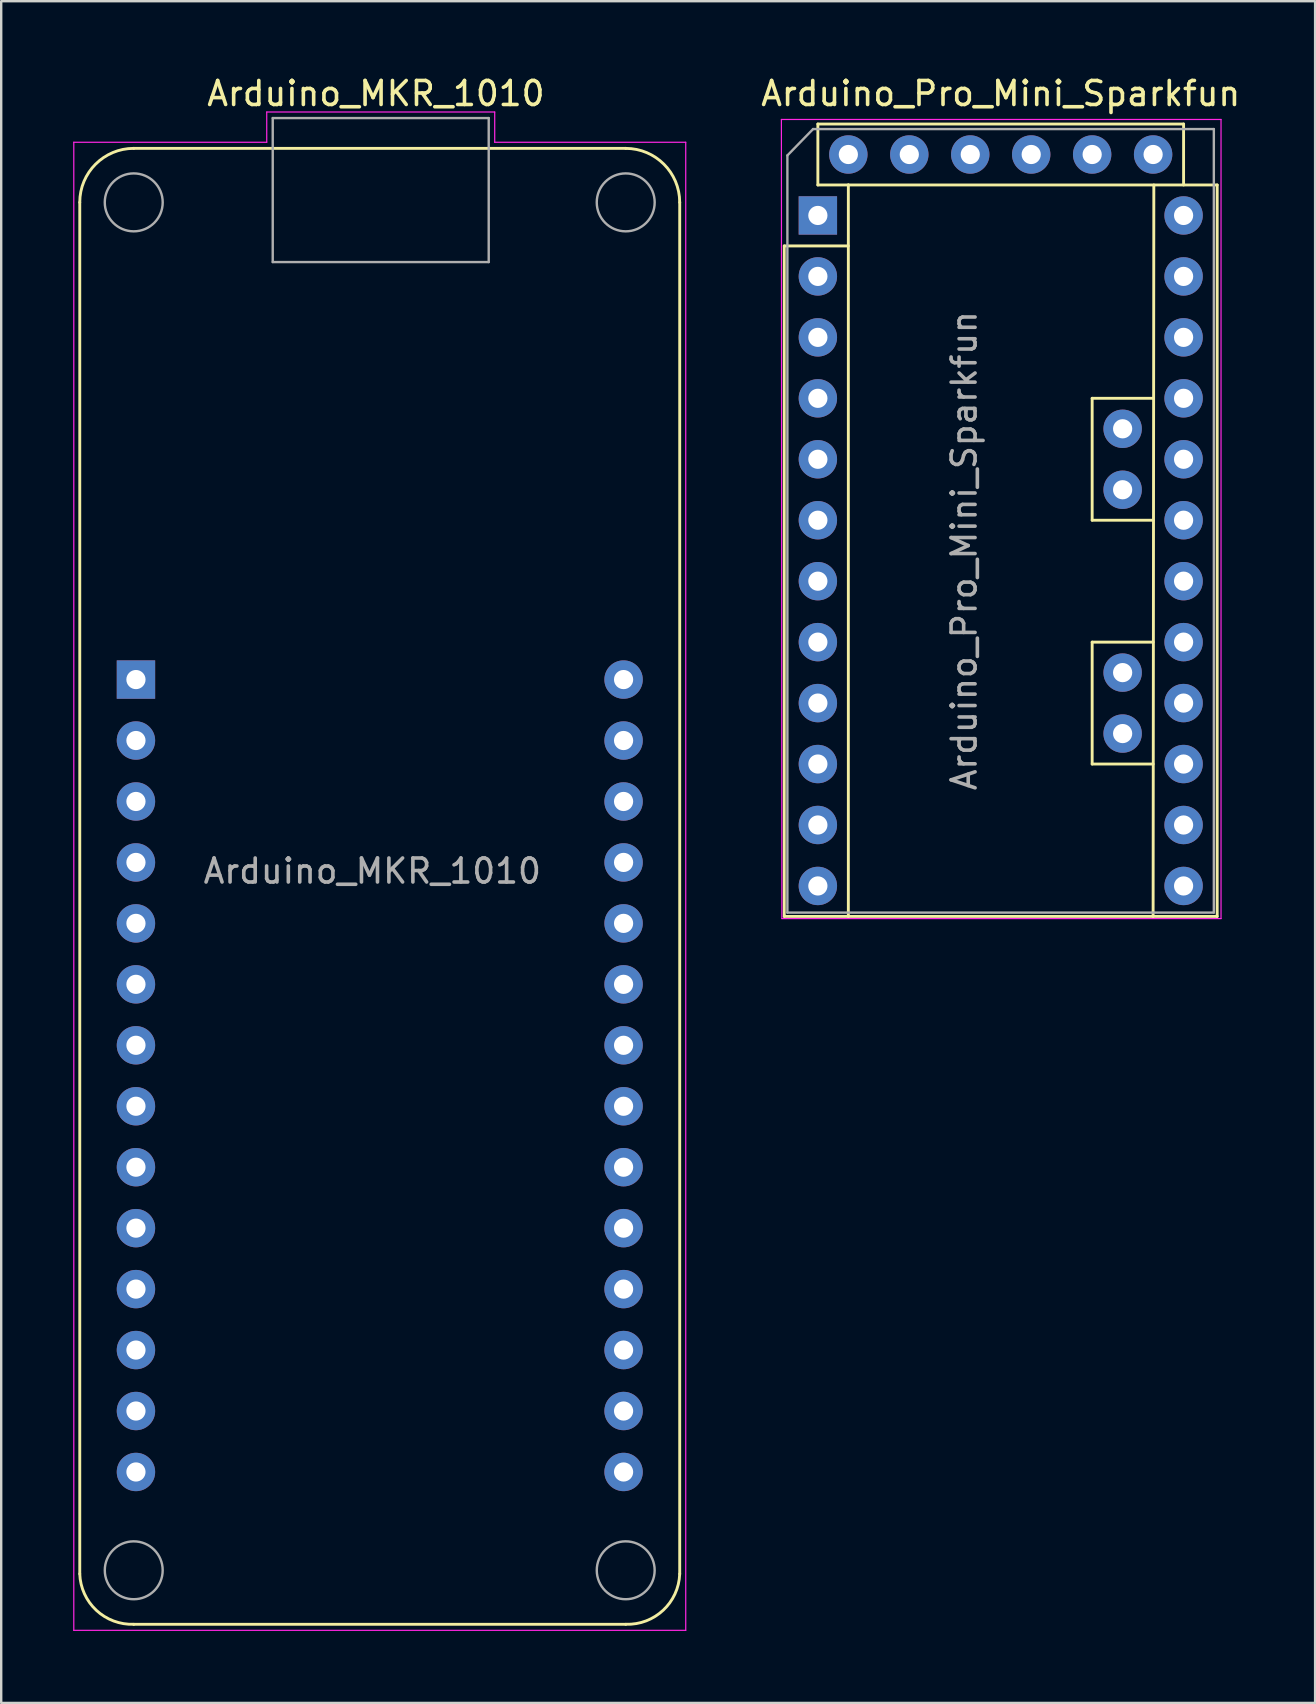
<source format=kicad_pcb>
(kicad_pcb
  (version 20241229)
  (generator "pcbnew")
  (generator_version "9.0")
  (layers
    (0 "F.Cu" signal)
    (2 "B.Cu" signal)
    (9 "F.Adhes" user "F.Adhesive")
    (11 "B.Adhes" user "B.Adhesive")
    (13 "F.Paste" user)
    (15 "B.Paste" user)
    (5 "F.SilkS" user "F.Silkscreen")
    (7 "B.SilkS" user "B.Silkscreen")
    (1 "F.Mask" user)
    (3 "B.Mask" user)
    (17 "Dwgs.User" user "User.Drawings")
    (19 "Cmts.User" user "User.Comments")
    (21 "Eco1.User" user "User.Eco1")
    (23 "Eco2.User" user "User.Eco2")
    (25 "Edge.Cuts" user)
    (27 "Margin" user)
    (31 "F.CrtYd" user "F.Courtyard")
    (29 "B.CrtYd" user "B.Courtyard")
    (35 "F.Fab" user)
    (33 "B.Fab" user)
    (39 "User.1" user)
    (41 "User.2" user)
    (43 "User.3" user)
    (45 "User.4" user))
  (footprint "Arduino_MKR_1010"
    (layer "F.Cu")
    (at 2.615 25.268)
    (property "Reference" "Arduino_MKR_1010" (at 10 -24.42 0) (layer "F.SilkS") (effects (font (size 1 1) (thickness 0.15))))
    (attr through_hole)
    (fp_line (start -2.341 37.266) (end -2.341 -19.885) (stroke (width 0.12) (type solid)) (layer "F.SilkS"))
    (fp_line (start -0.091 -22.136) (end 20.409 -22.135) (stroke (width 0.12) (type solid)) (layer "F.SilkS"))
    (fp_line (start 20.41 39.367) (end -0.091 39.367) (stroke (width 0.12) (type solid)) (layer "F.SilkS"))
    (fp_line (start 22.659 -19.885) (end 22.659 37.267) (stroke (width 0.12) (type solid)) (layer "F.SilkS"))
    (fp_arc (start -2.341421 -19.885427) (mid -1.682265 -21.476779) (end -0.090913 -22.135936) (stroke (width 0.12) (type solid)) (layer "F.SilkS"))
    (fp_arc (start -0.090913 39.366946) (mid -1.651732 38.783262) (end -2.341421 37.266301) (stroke (width 0.12) (type solid)) (layer "F.SilkS"))
    (fp_arc (start 20.408524 -22.134919) (mid 21.999748 -21.475889) (end 22.658777 -19.884665) (stroke (width 0.12) (type solid)) (layer "F.SilkS"))
    (fp_arc (start 22.658777 37.267063) (mid 21.969117 38.782523) (end 20.410047 39.366945) (stroke (width 0.12) (type solid)) (layer "F.SilkS"))
    (fp_line (start -2.59 -22.39) (end 5.45 -22.39) (stroke (width 0.05) (type solid)) (layer "F.CrtYd"))
    (fp_line (start -2.59 39.62) (end -2.59 -22.39) (stroke (width 0.05) (type solid)) (layer "F.CrtYd"))
    (fp_line (start 5.45 -23.65) (end 14.95 -23.65) (stroke (width 0.05) (type solid)) (layer "F.CrtYd"))
    (fp_line (start 5.45 -22.39) (end 5.45 -23.65) (stroke (width 0.05) (type solid)) (layer "F.CrtYd"))
    (fp_line (start 14.95 -23.65) (end 14.95 -22.39) (stroke (width 0.05) (type solid)) (layer "F.CrtYd"))
    (fp_line (start 14.95 -22.39) (end 22.91 -22.39) (stroke (width 0.05) (type solid)) (layer "F.CrtYd"))
    (fp_line (start 22.91 -22.39) (end 22.91 39.62) (stroke (width 0.05) (type solid)) (layer "F.CrtYd"))
    (fp_line (start 22.91 39.62) (end -2.59 39.62) (stroke (width 0.05) (type solid)) (layer "F.CrtYd"))
    (fp_line (start 5.7 -23.398) (end 5.7 -17.398) (stroke (width 0.1) (type solid)) (layer "F.Fab"))
    (fp_line (start 5.7 -17.398) (end 14.7 -17.398) (stroke (width 0.1) (type solid)) (layer "F.Fab"))
    (fp_line (start 14.7 -23.398) (end 5.7 -23.398) (stroke (width 0.1) (type solid)) (layer "F.Fab"))
    (fp_line (start 14.7 -17.398) (end 14.7 -23.398) (stroke (width 0.1) (type solid)) (layer "F.Fab"))
    (fp_circle (center -0.092 -19.885) (end -0.092 -18.678) (stroke (width 0.1) (type solid)) (fill no) (layer "F.Fab"))
    (fp_circle (center -0.092 37.117) (end -0.092 38.323) (stroke (width 0.1) (type solid)) (fill no) (layer "F.Fab"))
    (fp_circle (center 20.409 -19.885) (end 20.409 -18.678) (stroke (width 0.1) (type solid)) (fill no) (layer "F.Fab"))
    (fp_circle (center 20.409 37.117) (end 20.409 38.323) (stroke (width 0.1) (type solid)) (fill no) (layer "F.Fab"))
    (fp_text user "${REFERENCE}" (at 9.85 7.98 0) (layer "F.Fab") (effects (font (size 1 1) (thickness 0.15))))
    (pad "1" thru_hole rect (at 0 0 270) (size 1.6 1.6) (drill 0.8) (layers "*.Cu" "*.Mask"))
    (pad "2" thru_hole circle (at 0 2.54 270) (size 1.6 1.6) (drill 0.8) (layers "*.Cu" "*.Mask"))
    (pad "3" thru_hole circle (at 0 5.08 270) (size 1.6 1.6) (drill 0.8) (layers "*.Cu" "*.Mask"))
    (pad "4" thru_hole circle (at 0 7.62 270) (size 1.6 1.6) (drill 0.8) (layers "*.Cu" "*.Mask"))
    (pad "5" thru_hole circle (at 0 10.16 270) (size 1.6 1.6) (drill 0.8) (layers "*.Cu" "*.Mask"))
    (pad "6" thru_hole circle (at 0 12.7 270) (size 1.6 1.6) (drill 0.8) (layers "*.Cu" "*.Mask"))
    (pad "7" thru_hole circle (at 0 15.24 270) (size 1.6 1.6) (drill 0.8) (layers "*.Cu" "*.Mask"))
    (pad "8" thru_hole circle (at 0 17.78 270) (size 1.6 1.6) (drill 0.8) (layers "*.Cu" "*.Mask"))
    (pad "9" thru_hole circle (at 0 20.32 270) (size 1.6 1.6) (drill 0.8) (layers "*.Cu" "*.Mask"))
    (pad "10" thru_hole circle (at 0 22.86 270) (size 1.6 1.6) (drill 0.8) (layers "*.Cu" "*.Mask"))
    (pad "11" thru_hole circle (at 0 25.4 270) (size 1.6 1.6) (drill 0.8) (layers "*.Cu" "*.Mask"))
    (pad "12" thru_hole circle (at 0 27.94 270) (size 1.6 1.6) (drill 0.8) (layers "*.Cu" "*.Mask"))
    (pad "13" thru_hole circle (at 0 30.48 270) (size 1.6 1.6) (drill 0.8) (layers "*.Cu" "*.Mask"))
    (pad "14" thru_hole circle (at 0 33.02 270) (size 1.6 1.6) (drill 0.8) (layers "*.Cu" "*.Mask"))
    (pad "15" thru_hole circle (at 20.32 33.02 270) (size 1.6 1.6) (drill 0.8) (layers "*.Cu" "*.Mask"))
    (pad "16" thru_hole circle (at 20.32 30.48 270) (size 1.6 1.6) (drill 0.8) (layers "*.Cu" "*.Mask"))
    (pad "17" thru_hole circle (at 20.32 27.94 270) (size 1.6 1.6) (drill 0.8) (layers "*.Cu" "*.Mask"))
    (pad "18" thru_hole circle (at 20.32 25.4 270) (size 1.6 1.6) (drill 0.8) (layers "*.Cu" "*.Mask"))
    (pad "19" thru_hole circle (at 20.32 22.86 270) (size 1.6 1.6) (drill 0.8) (layers "*.Cu" "*.Mask"))
    (pad "20" thru_hole circle (at 20.32 20.32 270) (size 1.6 1.6) (drill 0.8) (layers "*.Cu" "*.Mask"))
    (pad "21" thru_hole circle (at 20.32 17.78 270) (size 1.6 1.6) (drill 0.8) (layers "*.Cu" "*.Mask"))
    (pad "22" thru_hole circle (at 20.32 15.24 270) (size 1.6 1.6) (drill 0.8) (layers "*.Cu" "*.Mask"))
    (pad "23" thru_hole circle (at 20.32 12.7 270) (size 1.6 1.6) (drill 0.8) (layers "*.Cu" "*.Mask"))
    (pad "24" thru_hole circle (at 20.32 10.16 270) (size 1.6 1.6) (drill 0.8) (layers "*.Cu" "*.Mask"))
    (pad "25" thru_hole circle (at 20.32 7.62 270) (size 1.6 1.6) (drill 0.8) (layers "*.Cu" "*.Mask"))
    (pad "26" thru_hole circle (at 20.32 5.08 270) (size 1.6 1.6) (drill 0.8) (layers "*.Cu" "*.Mask"))
    (pad "27" thru_hole circle (at 20.32 2.54 270) (size 1.6 1.6) (drill 0.8) (layers "*.Cu" "*.Mask"))
    (pad "28" thru_hole circle (at 20.32 0) (size 1.6 1.6) (drill 0.8) (layers "*.Cu" "*.Mask")))
  (footprint "Arduino_Pro_Mini_Sparkfun"
    (layer "F.Cu")
    (at 31.031 5.928)
    (property "Reference" "Arduino_Pro_Mini_Sparkfun" (at 7.62 -5.08 0) (layer "F.SilkS") (effects (font (size 1 1) (thickness 0.15))))
    (attr through_hole)
    (fp_line (start -1.4 1.27) (end -1.4 29.21) (stroke (width 0.12) (type solid)) (layer "F.SilkS"))
    (fp_line (start -1.4 29.21) (end 16.64 29.21) (stroke (width 0.12) (type solid)) (layer "F.SilkS"))
    (fp_line (start 0 -3.81) (end 0 -1.27) (stroke (width 0.12) (type solid)) (layer "F.SilkS"))
    (fp_line (start 0 -1.27) (end 1.27 -1.27) (stroke (width 0.12) (type solid)) (layer "F.SilkS"))
    (fp_line (start 1.27 -1.27) (end 1.27 29.21) (stroke (width 0.12) (type solid)) (layer "F.SilkS"))
    (fp_line (start 1.27 1.27) (end -1.4 1.27) (stroke (width 0.12) (type solid)) (layer "F.SilkS"))
    (fp_line (start 11.43 7.62) (end 13.97 7.62) (stroke (width 0.12) (type solid)) (layer "F.SilkS"))
    (fp_line (start 11.43 12.7) (end 11.43 7.62) (stroke (width 0.12) (type solid)) (layer "F.SilkS"))
    (fp_line (start 11.43 17.78) (end 13.97 17.78) (stroke (width 0.12) (type solid)) (layer "F.SilkS"))
    (fp_line (start 11.43 22.86) (end 11.43 17.78) (stroke (width 0.12) (type solid)) (layer "F.SilkS"))
    (fp_line (start 13.97 12.7) (end 11.43 12.7) (stroke (width 0.12) (type solid)) (layer "F.SilkS"))
    (fp_line (start 13.97 22.86) (end 11.43 22.86) (stroke (width 0.12) (type solid)) (layer "F.SilkS"))
    (fp_line (start 14 -1.27) (end 13.97 29.21) (stroke (width 0.12) (type solid)) (layer "F.SilkS"))
    (fp_line (start 15.24 -3.81) (end 0 -3.81) (stroke (width 0.12) (type solid)) (layer "F.SilkS"))
    (fp_line (start 15.24 -1.27) (end 15.24 -3.81) (stroke (width 0.12) (type solid)) (layer "F.SilkS"))
    (fp_line (start 16.64 -1.27) (end 1.27 -1.27) (stroke (width 0.12) (type solid)) (layer "F.SilkS"))
    (fp_line (start 16.64 29.21) (end 16.64 -1.27) (stroke (width 0.12) (type solid)) (layer "F.SilkS"))
    (fp_line (start -1.52 -4) (end -1.5 29.3) (stroke (width 0.05) (type solid)) (layer "F.CrtYd"))
    (fp_line (start -1.52 -4) (end 16.8 -4) (stroke (width 0.05) (type solid)) (layer "F.CrtYd"))
    (fp_line (start 16.8 29.3) (end -1.5 29.3) (stroke (width 0.05) (type solid)) (layer "F.CrtYd"))
    (fp_line (start 16.8 29.3) (end 16.8 -4) (stroke (width 0.05) (type solid)) (layer "F.CrtYd"))
    (fp_line (start -1.27 29.05) (end -1.27 -2.5) (stroke (width 0.1) (type solid)) (layer "F.Fab"))
    (fp_line (start -0.2 -3.6) (end -1.27 -2.5) (stroke (width 0.1) (type solid)) (layer "F.Fab"))
    (fp_line (start -0.2 -3.6) (end 16.5 -3.6) (stroke (width 0.1) (type solid)) (layer "F.Fab"))
    (fp_line (start 16.5 -3.6) (end 16.5 29.05) (stroke (width 0.1) (type solid)) (layer "F.Fab"))
    (fp_line (start 16.5 29.05) (end -1.27 29.05) (stroke (width 0.1) (type solid)) (layer "F.Fab"))
    (fp_text user "${REFERENCE}" (at 6.096 13.97 90) (layer "F.Fab") (effects (font (size 1 1) (thickness 0.15))))
    (pad "1" thru_hole rect (at 0 0) (size 1.6 1.6) (drill 0.8) (layers "*.Cu" "*.Mask"))
    (pad "1" thru_hole oval (at 11.43 -2.54) (size 1.6 1.6) (drill 0.8) (layers "*.Cu" "*.Mask"))
    (pad "2" thru_hole oval (at 0 2.54) (size 1.6 1.6) (drill 0.8) (layers "*.Cu" "*.Mask"))
    (pad "2" thru_hole oval (at 8.89 -2.54) (size 1.6 1.6) (drill 0.8) (layers "*.Cu" "*.Mask"))
    (pad "3" thru_hole oval (at 0 5.08) (size 1.6 1.6) (drill 0.8) (layers "*.Cu" "*.Mask"))
    (pad "4" thru_hole oval (at 0 7.62) (size 1.6 1.6) (drill 0.8) (layers "*.Cu" "*.Mask"))
    (pad "5" thru_hole oval (at 0 10.16) (size 1.6 1.6) (drill 0.8) (layers "*.Cu" "*.Mask"))
    (pad "6" thru_hole oval (at 0 12.7) (size 1.6 1.6) (drill 0.8) (layers "*.Cu" "*.Mask"))
    (pad "7" thru_hole oval (at 0 15.24) (size 1.6 1.6) (drill 0.8) (layers "*.Cu" "*.Mask"))
    (pad "8" thru_hole oval (at 0 17.78) (size 1.6 1.6) (drill 0.8) (layers "*.Cu" "*.Mask"))
    (pad "9" thru_hole oval (at 0 20.32) (size 1.6 1.6) (drill 0.8) (layers "*.Cu" "*.Mask"))
    (pad "10" thru_hole oval (at 0 22.86) (size 1.6 1.6) (drill 0.8) (layers "*.Cu" "*.Mask"))
    (pad "11" thru_hole oval (at 0 25.4) (size 1.6 1.6) (drill 0.8) (layers "*.Cu" "*.Mask"))
    (pad "12" thru_hole oval (at 0 27.94) (size 1.6 1.6) (drill 0.8) (layers "*.Cu" "*.Mask"))
    (pad "13" thru_hole oval (at 15.24 27.94) (size 1.6 1.6) (drill 0.8) (layers "*.Cu" "*.Mask"))
    (pad "14" thru_hole oval (at 15.24 25.4) (size 1.6 1.6) (drill 0.8) (layers "*.Cu" "*.Mask"))
    (pad "15" thru_hole oval (at 15.24 22.86) (size 1.6 1.6) (drill 0.8) (layers "*.Cu" "*.Mask"))
    (pad "16" thru_hole oval (at 15.24 20.32) (size 1.6 1.6) (drill 0.8) (layers "*.Cu" "*.Mask"))
    (pad "17" thru_hole oval (at 15.24 17.78) (size 1.6 1.6) (drill 0.8) (layers "*.Cu" "*.Mask"))
    (pad "18" thru_hole oval (at 15.24 15.24) (size 1.6 1.6) (drill 0.8) (layers "*.Cu" "*.Mask"))
    (pad "19" thru_hole oval (at 15.24 12.7) (size 1.6 1.6) (drill 0.8) (layers "*.Cu" "*.Mask"))
    (pad "20" thru_hole oval (at 15.24 10.16) (size 1.6 1.6) (drill 0.8) (layers "*.Cu" "*.Mask"))
    (pad "21" thru_hole oval (at 15.24 7.62) (size 1.6 1.6) (drill 0.8) (layers "*.Cu" "*.Mask"))
    (pad "22" thru_hole oval (at 15.24 5.08) (size 1.6 1.6) (drill 0.8) (layers "*.Cu" "*.Mask"))
    (pad "23" thru_hole oval (at 15.24 2.54) (size 1.6 1.6) (drill 0.8) (layers "*.Cu" "*.Mask"))
    (pad "24" thru_hole oval (at 15.24 0) (size 1.6 1.6) (drill 0.8) (layers "*.Cu" "*.Mask"))
    (pad "25" thru_hole oval (at 13.97 -2.54) (size 1.6 1.6) (drill 0.8) (layers "*.Cu" "*.Mask"))
    (pad "28" thru_hole oval (at 6.35 -2.54) (size 1.6 1.6) (drill 0.8) (layers "*.Cu" "*.Mask"))
    (pad "29" thru_hole oval (at 3.81 -2.54) (size 1.6 1.6) (drill 0.8) (layers "*.Cu" "*.Mask"))
    (pad "30" thru_hole oval (at 1.27 -2.54) (size 1.6 1.6) (drill 0.8) (layers "*.Cu" "*.Mask"))
    (pad "31" thru_hole oval (at 12.7 8.89) (size 1.6 1.6) (drill 0.8) (layers "*.Cu" "*.Mask"))
    (pad "32" thru_hole oval (at 12.7 11.43) (size 1.6 1.6) (drill 0.8) (layers "*.Cu" "*.Mask"))
    (pad "33" thru_hole oval (at 12.7 19.05) (size 1.6 1.6) (drill 0.8) (layers "*.Cu" "*.Mask"))
    (pad "34" thru_hole oval (at 12.7 21.59) (size 1.6 1.6) (drill 0.8) (layers "*.Cu" "*.Mask")))
  (gr_rect
    (start -3 -3)
    (end 51.752 67.913)
    (stroke (width 0.1) (type default))
    (fill no)
    (layer "Edge.Cuts")))
</source>
